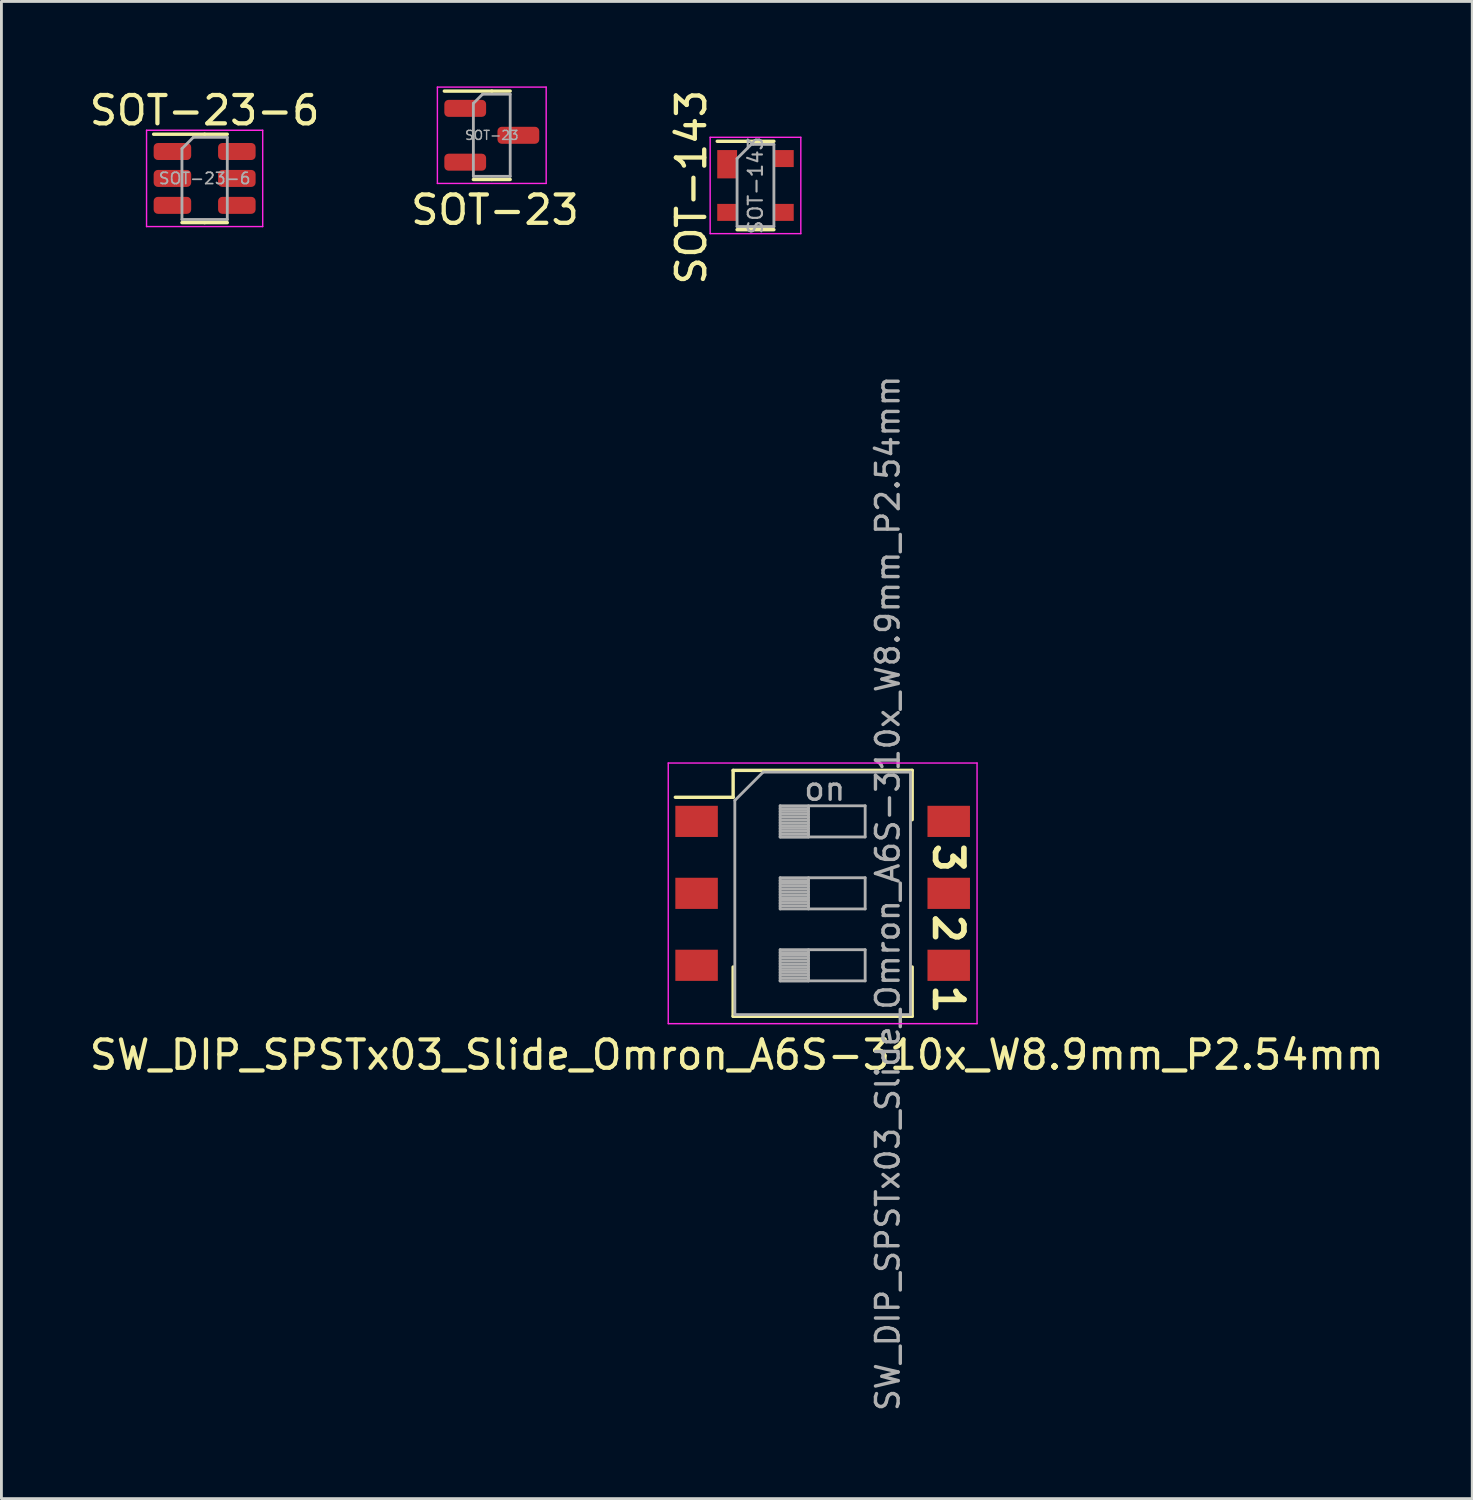
<source format=kicad_pcb>
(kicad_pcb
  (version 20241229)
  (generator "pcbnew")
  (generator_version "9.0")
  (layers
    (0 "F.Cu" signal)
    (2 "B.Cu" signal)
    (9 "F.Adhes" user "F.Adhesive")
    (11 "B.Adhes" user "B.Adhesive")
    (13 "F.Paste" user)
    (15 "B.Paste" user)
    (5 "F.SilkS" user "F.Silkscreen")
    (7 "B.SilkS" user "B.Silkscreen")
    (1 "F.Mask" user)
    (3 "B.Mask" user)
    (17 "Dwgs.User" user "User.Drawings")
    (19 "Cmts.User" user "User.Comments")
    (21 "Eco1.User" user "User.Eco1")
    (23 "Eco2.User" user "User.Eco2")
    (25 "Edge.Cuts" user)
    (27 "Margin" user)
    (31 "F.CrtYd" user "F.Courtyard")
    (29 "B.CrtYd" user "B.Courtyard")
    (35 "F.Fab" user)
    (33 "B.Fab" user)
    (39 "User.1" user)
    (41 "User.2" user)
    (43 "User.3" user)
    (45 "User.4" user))
  (footprint "SOT-143"
    (layer "F.Cu")
    (at 23.617 3.497)
    (property "Reference" "SOT-143" (at -2.264 0.061 90) (layer "F.SilkS") (effects (font (size 1 1) (thickness 0.153))))
    (attr smd)
    (fp_line (start -0.65 1.56) (end 0.65 1.56) (stroke (width 0.12) (type solid)) (layer "F.SilkS"))
    (fp_line (start 0.65 -1.56) (end -1.35 -1.56) (stroke (width 0.12) (type solid)) (layer "F.SilkS"))
    (fp_line (start -1.6 1.7) (end -1.6 -1.7) (stroke (width 0.05) (type solid)) (layer "F.CrtYd"))
    (fp_line (start -1.6 1.7) (end 1.6 1.7) (stroke (width 0.05) (type solid)) (layer "F.CrtYd"))
    (fp_line (start 1.6 -1.7) (end -1.6 -1.7) (stroke (width 0.05) (type solid)) (layer "F.CrtYd"))
    (fp_line (start 1.6 -1.7) (end 1.6 1.7) (stroke (width 0.05) (type solid)) (layer "F.CrtYd"))
    (fp_line (start -0.65 -0.95) (end -0.15 -1.45) (stroke (width 0.1) (type solid)) (layer "F.Fab"))
    (fp_line (start -0.65 1.45) (end -0.65 -0.95) (stroke (width 0.1) (type solid)) (layer "F.Fab"))
    (fp_line (start -0.15 -1.45) (end 0.65 -1.45) (stroke (width 0.1) (type solid)) (layer "F.Fab"))
    (fp_line (start 0.65 -1.45) (end 0.65 1.45) (stroke (width 0.1) (type solid)) (layer "F.Fab"))
    (fp_line (start 0.65 1.45) (end -0.65 1.45) (stroke (width 0.1) (type solid)) (layer "F.Fab"))
    (fp_text user "${REFERENCE}" (at 0 0 270) (layer "F.Fab") (effects (font (size 0.5 0.5) (thickness 0.075))))
    (pad "1" smd rect (at -1 -0.75) (size 0.7 1) (layers "F.Cu" "F.Mask" "F.Paste"))
    (pad "2" smd rect (at -1 0.95) (size 0.7 0.6) (layers "F.Cu" "F.Mask" "F.Paste"))
    (pad "3" smd rect (at 1 0.95) (size 0.7 0.6) (layers "F.Cu" "F.Mask" "F.Paste"))
    (pad "4" smd rect (at 1 -0.95) (size 0.7 0.6) (layers "F.Cu" "F.Mask" "F.Paste")))
  (footprint "SW_DIP_SPSTx03_Slide_Omron_A6S-310x_W8.9mm_P2.54mm"
    (layer "F.Cu")
    (at 25.988 28.483)
    (property "Reference" "SW_DIP_SPSTx03_Slide_Omron_A6S-310x_W8.9mm_P2.54mm" (at -3.03 5.702 0) (layer "F.SilkS") (effects (font (size 1 1) (thickness 0.15))))
    (attr smd)
    (fp_line (start -5.2 -3.391) (end -3.16 -3.391) (stroke (width 0.12) (type solid)) (layer "F.SilkS"))
    (fp_line (start -3.16 -4.34) (end -3.16 -3.391) (stroke (width 0.12) (type solid)) (layer "F.SilkS"))
    (fp_line (start -3.16 -4.34) (end 3.16 -4.34) (stroke (width 0.12) (type solid)) (layer "F.SilkS"))
    (fp_line (start -3.16 2.6) (end -3.16 4.34) (stroke (width 0.12) (type solid)) (layer "F.SilkS"))
    (fp_line (start -3.16 4.34) (end 3.16 4.34) (stroke (width 0.12) (type solid)) (layer "F.SilkS"))
    (fp_line (start 3.16 -4.34) (end 3.16 -2.601) (stroke (width 0.12) (type solid)) (layer "F.SilkS"))
    (fp_line (start 3.16 2.6) (end 3.16 4.34) (stroke (width 0.12) (type solid)) (layer "F.SilkS"))
    (fp_line (start -5.45 -4.6) (end -5.45 4.6) (stroke (width 0.05) (type solid)) (layer "F.CrtYd"))
    (fp_line (start -5.45 4.6) (end 5.45 4.6) (stroke (width 0.05) (type solid)) (layer "F.CrtYd"))
    (fp_line (start 5.45 -4.6) (end -5.45 -4.6) (stroke (width 0.05) (type solid)) (layer "F.CrtYd"))
    (fp_line (start 5.45 4.6) (end 5.45 -4.6) (stroke (width 0.05) (type solid)) (layer "F.CrtYd"))
    (fp_line (start -3.1 -3.28) (end -2.1 -4.28) (stroke (width 0.1) (type solid)) (layer "F.Fab"))
    (fp_line (start -3.1 4.28) (end -3.1 -3.28) (stroke (width 0.1) (type solid)) (layer "F.Fab"))
    (fp_line (start -2.1 -4.28) (end 3.1 -4.28) (stroke (width 0.1) (type solid)) (layer "F.Fab"))
    (fp_line (start -1.5 -3.09) (end -1.5 -1.99) (stroke (width 0.1) (type solid)) (layer "F.Fab"))
    (fp_line (start -1.5 -2.99) (end -0.5 -2.99) (stroke (width 0.1) (type solid)) (layer "F.Fab"))
    (fp_line (start -1.5 -2.89) (end -0.5 -2.89) (stroke (width 0.1) (type solid)) (layer "F.Fab"))
    (fp_line (start -1.5 -2.79) (end -0.5 -2.79) (stroke (width 0.1) (type solid)) (layer "F.Fab"))
    (fp_line (start -1.5 -2.69) (end -0.5 -2.69) (stroke (width 0.1) (type solid)) (layer "F.Fab"))
    (fp_line (start -1.5 -2.59) (end -0.5 -2.59) (stroke (width 0.1) (type solid)) (layer "F.Fab"))
    (fp_line (start -1.5 -2.49) (end -0.5 -2.49) (stroke (width 0.1) (type solid)) (layer "F.Fab"))
    (fp_line (start -1.5 -2.39) (end -0.5 -2.39) (stroke (width 0.1) (type solid)) (layer "F.Fab"))
    (fp_line (start -1.5 -2.29) (end -0.5 -2.29) (stroke (width 0.1) (type solid)) (layer "F.Fab"))
    (fp_line (start -1.5 -2.19) (end -0.5 -2.19) (stroke (width 0.1) (type solid)) (layer "F.Fab"))
    (fp_line (start -1.5 -2.09) (end -0.5 -2.09) (stroke (width 0.1) (type solid)) (layer "F.Fab"))
    (fp_line (start -1.5 -1.99) (end -0.5 -1.99) (stroke (width 0.1) (type solid)) (layer "F.Fab"))
    (fp_line (start -1.5 -1.99) (end 1.5 -1.99) (stroke (width 0.1) (type solid)) (layer "F.Fab"))
    (fp_line (start -1.5 -0.55) (end -1.5 0.55) (stroke (width 0.1) (type solid)) (layer "F.Fab"))
    (fp_line (start -1.5 -0.45) (end -0.5 -0.45) (stroke (width 0.1) (type solid)) (layer "F.Fab"))
    (fp_line (start -1.5 -0.35) (end -0.5 -0.35) (stroke (width 0.1) (type solid)) (layer "F.Fab"))
    (fp_line (start -1.5 -0.25) (end -0.5 -0.25) (stroke (width 0.1) (type solid)) (layer "F.Fab"))
    (fp_line (start -1.5 -0.15) (end -0.5 -0.15) (stroke (width 0.1) (type solid)) (layer "F.Fab"))
    (fp_line (start -1.5 -0.05) (end -0.5 -0.05) (stroke (width 0.1) (type solid)) (layer "F.Fab"))
    (fp_line (start -1.5 0.05) (end -0.5 0.05) (stroke (width 0.1) (type solid)) (layer "F.Fab"))
    (fp_line (start -1.5 0.15) (end -0.5 0.15) (stroke (width 0.1) (type solid)) (layer "F.Fab"))
    (fp_line (start -1.5 0.25) (end -0.5 0.25) (stroke (width 0.1) (type solid)) (layer "F.Fab"))
    (fp_line (start -1.5 0.35) (end -0.5 0.35) (stroke (width 0.1) (type solid)) (layer "F.Fab"))
    (fp_line (start -1.5 0.45) (end -0.5 0.45) (stroke (width 0.1) (type solid)) (layer "F.Fab"))
    (fp_line (start -1.5 0.55) (end 1.5 0.55) (stroke (width 0.1) (type solid)) (layer "F.Fab"))
    (fp_line (start -1.5 1.99) (end -1.5 3.09) (stroke (width 0.1) (type solid)) (layer "F.Fab"))
    (fp_line (start -1.5 2.09) (end -0.5 2.09) (stroke (width 0.1) (type solid)) (layer "F.Fab"))
    (fp_line (start -1.5 2.19) (end -0.5 2.19) (stroke (width 0.1) (type solid)) (layer "F.Fab"))
    (fp_line (start -1.5 2.29) (end -0.5 2.29) (stroke (width 0.1) (type solid)) (layer "F.Fab"))
    (fp_line (start -1.5 2.39) (end -0.5 2.39) (stroke (width 0.1) (type solid)) (layer "F.Fab"))
    (fp_line (start -1.5 2.49) (end -0.5 2.49) (stroke (width 0.1) (type solid)) (layer "F.Fab"))
    (fp_line (start -1.5 2.59) (end -0.5 2.59) (stroke (width 0.1) (type solid)) (layer "F.Fab"))
    (fp_line (start -1.5 2.69) (end -0.5 2.69) (stroke (width 0.1) (type solid)) (layer "F.Fab"))
    (fp_line (start -1.5 2.79) (end -0.5 2.79) (stroke (width 0.1) (type solid)) (layer "F.Fab"))
    (fp_line (start -1.5 2.89) (end -0.5 2.89) (stroke (width 0.1) (type solid)) (layer "F.Fab"))
    (fp_line (start -1.5 2.99) (end -0.5 2.99) (stroke (width 0.1) (type solid)) (layer "F.Fab"))
    (fp_line (start -1.5 3.09) (end -0.5 3.09) (stroke (width 0.1) (type solid)) (layer "F.Fab"))
    (fp_line (start -1.5 3.09) (end 1.5 3.09) (stroke (width 0.1) (type solid)) (layer "F.Fab"))
    (fp_line (start -0.5 -3.09) (end -0.5 -1.99) (stroke (width 0.1) (type solid)) (layer "F.Fab"))
    (fp_line (start -0.5 -0.55) (end -0.5 0.55) (stroke (width 0.1) (type solid)) (layer "F.Fab"))
    (fp_line (start -0.5 1.99) (end -0.5 3.09) (stroke (width 0.1) (type solid)) (layer "F.Fab"))
    (fp_line (start 1.5 -3.09) (end -1.5 -3.09) (stroke (width 0.1) (type solid)) (layer "F.Fab"))
    (fp_line (start 1.5 -1.99) (end 1.5 -3.09) (stroke (width 0.1) (type solid)) (layer "F.Fab"))
    (fp_line (start 1.5 -0.55) (end -1.5 -0.55) (stroke (width 0.1) (type solid)) (layer "F.Fab"))
    (fp_line (start 1.5 0.55) (end 1.5 -0.55) (stroke (width 0.1) (type solid)) (layer "F.Fab"))
    (fp_line (start 1.5 1.99) (end -1.5 1.99) (stroke (width 0.1) (type solid)) (layer "F.Fab"))
    (fp_line (start 1.5 3.09) (end 1.5 1.99) (stroke (width 0.1) (type solid)) (layer "F.Fab"))
    (fp_line (start 3.1 -4.28) (end 3.1 4.28) (stroke (width 0.1) (type solid)) (layer "F.Fab"))
    (fp_line (start 3.1 4.28) (end -3.1 4.28) (stroke (width 0.1) (type solid)) (layer "F.Fab"))
    (fp_text user "2" (at 4.438 1.243 270) (unlocked yes) (layer "F.SilkS") (effects (font (size 1 1) (thickness 0.2))))
    (fp_text user "3" (at 4.438 -1.257 270) (unlocked yes) (layer "F.SilkS") (effects (font (size 1 1) (thickness 0.2))))
    (fp_text user "1" (at 4.438 3.743 270) (unlocked yes) (layer "F.SilkS") (effects (font (size 1 1) (thickness 0.2))))
    (fp_text user "on" (at 0.075 -3.685 0) (layer "F.Fab") (effects (font (size 0.8 0.8) (thickness 0.12))))
    (fp_text user "${REFERENCE}" (at 2.3 0 90) (layer "F.Fab") (effects (font (size 0.8 0.8) (thickness 0.12))))
    (pad "1" smd rect (at -4.45 -2.54 180) (size 1.5 1.1) (layers "F.Cu" "F.Mask" "F.Paste"))
    (pad "2" smd rect (at -4.45 0 180) (size 1.5 1.1) (layers "F.Cu" "F.Mask" "F.Paste"))
    (pad "3" smd rect (at -4.45 2.54 180) (size 1.5 1.1) (layers "F.Cu" "F.Mask" "F.Paste"))
    (pad "4" smd rect (at 4.45 2.54 180) (size 1.5 1.1) (layers "F.Cu" "F.Mask" "F.Paste"))
    (pad "5" smd rect (at 4.45 0 180) (size 1.5 1.1) (layers "F.Cu" "F.Mask" "F.Paste"))
    (pad "6" smd rect (at 4.45 -2.54 180) (size 1.5 1.1) (layers "F.Cu" "F.Mask" "F.Paste")))
  (footprint "SOT-23"
    (layer "F.Cu")
    (at 14.309 1.725)
    (property "Reference" "SOT-23" (at 0.113 2.634 0) (layer "F.SilkS") (effects (font (size 1 1) (thickness 0.15))))
    (attr smd)
    (fp_line (start 0 -1.56) (end -1.675 -1.56) (stroke (width 0.12) (type solid)) (layer "F.SilkS"))
    (fp_line (start 0 -1.56) (end 0.65 -1.56) (stroke (width 0.12) (type solid)) (layer "F.SilkS"))
    (fp_line (start 0 1.56) (end -0.65 1.56) (stroke (width 0.12) (type solid)) (layer "F.SilkS"))
    (fp_line (start 0 1.56) (end 0.65 1.56) (stroke (width 0.12) (type solid)) (layer "F.SilkS"))
    (fp_line (start -1.92 -1.7) (end -1.92 1.7) (stroke (width 0.05) (type solid)) (layer "F.CrtYd"))
    (fp_line (start -1.92 1.7) (end 1.92 1.7) (stroke (width 0.05) (type solid)) (layer "F.CrtYd"))
    (fp_line (start 1.92 -1.7) (end -1.92 -1.7) (stroke (width 0.05) (type solid)) (layer "F.CrtYd"))
    (fp_line (start 1.92 1.7) (end 1.92 -1.7) (stroke (width 0.05) (type solid)) (layer "F.CrtYd"))
    (fp_line (start -0.65 -1.125) (end -0.325 -1.45) (stroke (width 0.1) (type solid)) (layer "F.Fab"))
    (fp_line (start -0.65 1.45) (end -0.65 -1.125) (stroke (width 0.1) (type solid)) (layer "F.Fab"))
    (fp_line (start -0.325 -1.45) (end 0.65 -1.45) (stroke (width 0.1) (type solid)) (layer "F.Fab"))
    (fp_line (start 0.65 -1.45) (end 0.65 1.45) (stroke (width 0.1) (type solid)) (layer "F.Fab"))
    (fp_line (start 0.65 1.45) (end -0.65 1.45) (stroke (width 0.1) (type solid)) (layer "F.Fab"))
    (fp_text user "${REFERENCE}" (at 0 0 0) (layer "F.Fab") (effects (font (size 0.32 0.32) (thickness 0.05))))
    (pad "1" smd roundrect (at -0.938 -0.95 180) (size 1.475 0.6) (layers "F.Cu" "F.Mask" "F.Paste") (roundrect_rratio 0.25))
    (pad "2" smd roundrect (at -0.938 0.95 180) (size 1.475 0.6) (layers "F.Cu" "F.Mask" "F.Paste") (roundrect_rratio 0.25))
    (pad "3" smd roundrect (at 0.938 0 180) (size 1.475 0.6) (layers "F.Cu" "F.Mask" "F.Paste") (roundrect_rratio 0.25)))
  (footprint "SOT-23-6"
    (layer "F.Cu")
    (at 4.173 3.248)
    (property "Reference" "SOT-23-6" (at 0 -2.4 0) (layer "F.SilkS") (effects (font (size 1 1) (thickness 0.15))))
    (attr smd)
    (fp_line (start 0 -1.56) (end -1.8 -1.56) (stroke (width 0.12) (type solid)) (layer "F.SilkS"))
    (fp_line (start 0 -1.56) (end 0.8 -1.56) (stroke (width 0.12) (type solid)) (layer "F.SilkS"))
    (fp_line (start 0 1.56) (end -0.8 1.56) (stroke (width 0.12) (type solid)) (layer "F.SilkS"))
    (fp_line (start 0 1.56) (end 0.8 1.56) (stroke (width 0.12) (type solid)) (layer "F.SilkS"))
    (fp_line (start -2.05 -1.7) (end -2.05 1.7) (stroke (width 0.05) (type solid)) (layer "F.CrtYd"))
    (fp_line (start -2.05 1.7) (end 2.05 1.7) (stroke (width 0.05) (type solid)) (layer "F.CrtYd"))
    (fp_line (start 2.05 -1.7) (end -2.05 -1.7) (stroke (width 0.05) (type solid)) (layer "F.CrtYd"))
    (fp_line (start 2.05 1.7) (end 2.05 -1.7) (stroke (width 0.05) (type solid)) (layer "F.CrtYd"))
    (fp_line (start -0.8 -1.05) (end -0.4 -1.45) (stroke (width 0.1) (type solid)) (layer "F.Fab"))
    (fp_line (start -0.8 1.45) (end -0.8 -1.05) (stroke (width 0.1) (type solid)) (layer "F.Fab"))
    (fp_line (start -0.4 -1.45) (end 0.8 -1.45) (stroke (width 0.1) (type solid)) (layer "F.Fab"))
    (fp_line (start 0.8 -1.45) (end 0.8 1.45) (stroke (width 0.1) (type solid)) (layer "F.Fab"))
    (fp_line (start 0.8 1.45) (end -0.8 1.45) (stroke (width 0.1) (type solid)) (layer "F.Fab"))
    (fp_text user "${REFERENCE}" (at 0 0 0) (layer "F.Fab") (effects (font (size 0.4 0.4) (thickness 0.06))))
    (pad "1" smd roundrect (at -1.137 -0.95 180) (size 1.325 0.6) (layers "F.Cu" "F.Mask" "F.Paste") (roundrect_rratio 0.25))
    (pad "2" smd roundrect (at -1.137 0 180) (size 1.325 0.6) (layers "F.Cu" "F.Mask" "F.Paste") (roundrect_rratio 0.25))
    (pad "3" smd roundrect (at -1.137 0.95 180) (size 1.325 0.6) (layers "F.Cu" "F.Mask" "F.Paste") (roundrect_rratio 0.25))
    (pad "4" smd roundrect (at 1.137 0.95 180) (size 1.325 0.6) (layers "F.Cu" "F.Mask" "F.Paste") (roundrect_rratio 0.25))
    (pad "5" smd roundrect (at 1.137 0 180) (size 1.325 0.6) (layers "F.Cu" "F.Mask" "F.Paste") (roundrect_rratio 0.25))
    (pad "6" smd roundrect (at 1.137 -0.95 180) (size 1.325 0.6) (layers "F.Cu" "F.Mask" "F.Paste") (roundrect_rratio 0.25)))
  (gr_rect
    (start -3 -3)
    (end 48.917 49.849)
    (stroke (width 0.1) (type default))
    (fill no)
    (layer "Edge.Cuts")))
</source>
